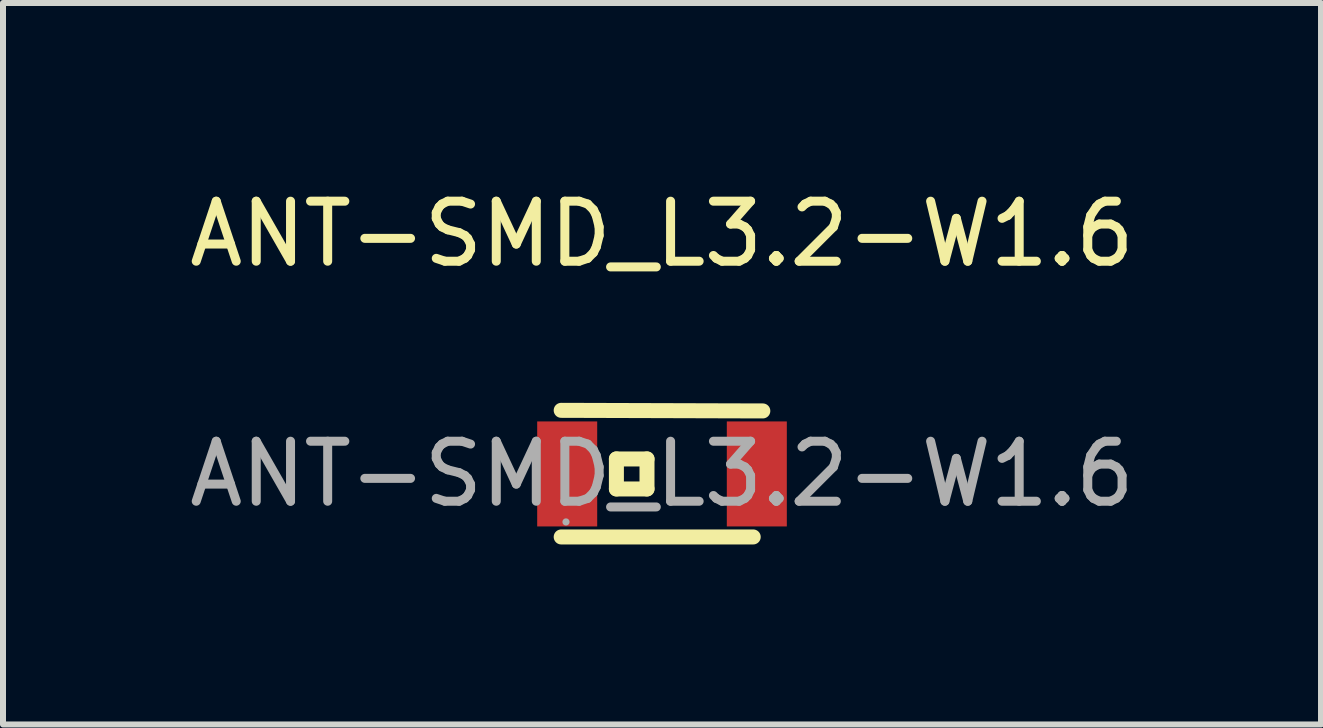
<source format=kicad_pcb>
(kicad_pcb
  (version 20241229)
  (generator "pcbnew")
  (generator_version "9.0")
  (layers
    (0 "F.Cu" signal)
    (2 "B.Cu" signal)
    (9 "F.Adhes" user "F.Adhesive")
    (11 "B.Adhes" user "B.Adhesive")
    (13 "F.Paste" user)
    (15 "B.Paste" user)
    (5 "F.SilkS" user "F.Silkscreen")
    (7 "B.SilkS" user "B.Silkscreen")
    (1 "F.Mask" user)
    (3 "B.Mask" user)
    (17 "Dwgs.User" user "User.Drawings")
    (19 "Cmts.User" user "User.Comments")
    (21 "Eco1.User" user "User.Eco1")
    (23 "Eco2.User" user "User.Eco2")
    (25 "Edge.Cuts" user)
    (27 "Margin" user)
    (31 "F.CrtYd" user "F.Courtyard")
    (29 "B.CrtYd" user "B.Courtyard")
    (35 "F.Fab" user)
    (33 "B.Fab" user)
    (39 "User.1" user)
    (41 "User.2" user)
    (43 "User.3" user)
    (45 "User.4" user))
  (footprint "ANT-SMD_L3.2-W1.6"
    (layer "F.Cu")
    (at 7.982 4.848)
    (property "Reference" "ANT-SMD_L3.2-W1.6" (at 0 -4 0) (layer "F.SilkS") (effects (font (size 1 1) (thickness 0.15))))
    (attr smd)
    (fp_line (start -1.68 -1.06) (end 1.68 -1.05) (stroke (width 0.25) (type solid)) (layer "F.SilkS"))
    (fp_line (start -0.76 -0.25) (end -0.76 0.25) (stroke (width 0.25) (type solid)) (layer "F.SilkS"))
    (fp_line (start -0.76 0.25) (end -0.25 0.25) (stroke (width 0.25) (type solid)) (layer "F.SilkS"))
    (fp_line (start -0.25 -0.25) (end -0.76 -0.25) (stroke (width 0.25) (type solid)) (layer "F.SilkS"))
    (fp_line (start -0.25 0.25) (end -0.25 -0.25) (stroke (width 0.25) (type solid)) (layer "F.SilkS"))
    (fp_line (start 1.52 1.05) (end -1.68 1.05) (stroke (width 0.25) (type solid)) (layer "F.SilkS"))
    (fp_circle (center -1.6 0.8) (end -1.57 0.8) (stroke (width 0.06) (type solid)) (fill no) (layer "F.Fab"))
    (fp_text user "${REFERENCE}" (at 0 0 0) (layer "F.Fab") (effects (font (size 1 1) (thickness 0.15))))
    (pad "1" smd rect (at -1.58 0) (size 1 1.75) (layers "F.Cu" "F.Mask" "F.Paste"))
    (pad "2" smd rect (at 1.58 0) (size 1 1.75) (layers "F.Cu" "F.Mask" "F.Paste")))
  (gr_rect
    (start -3 -3)
    (end 18.964 9.023)
    (stroke (width 0.1) (type default))
    (fill no)
    (layer "Edge.Cuts")))
</source>
